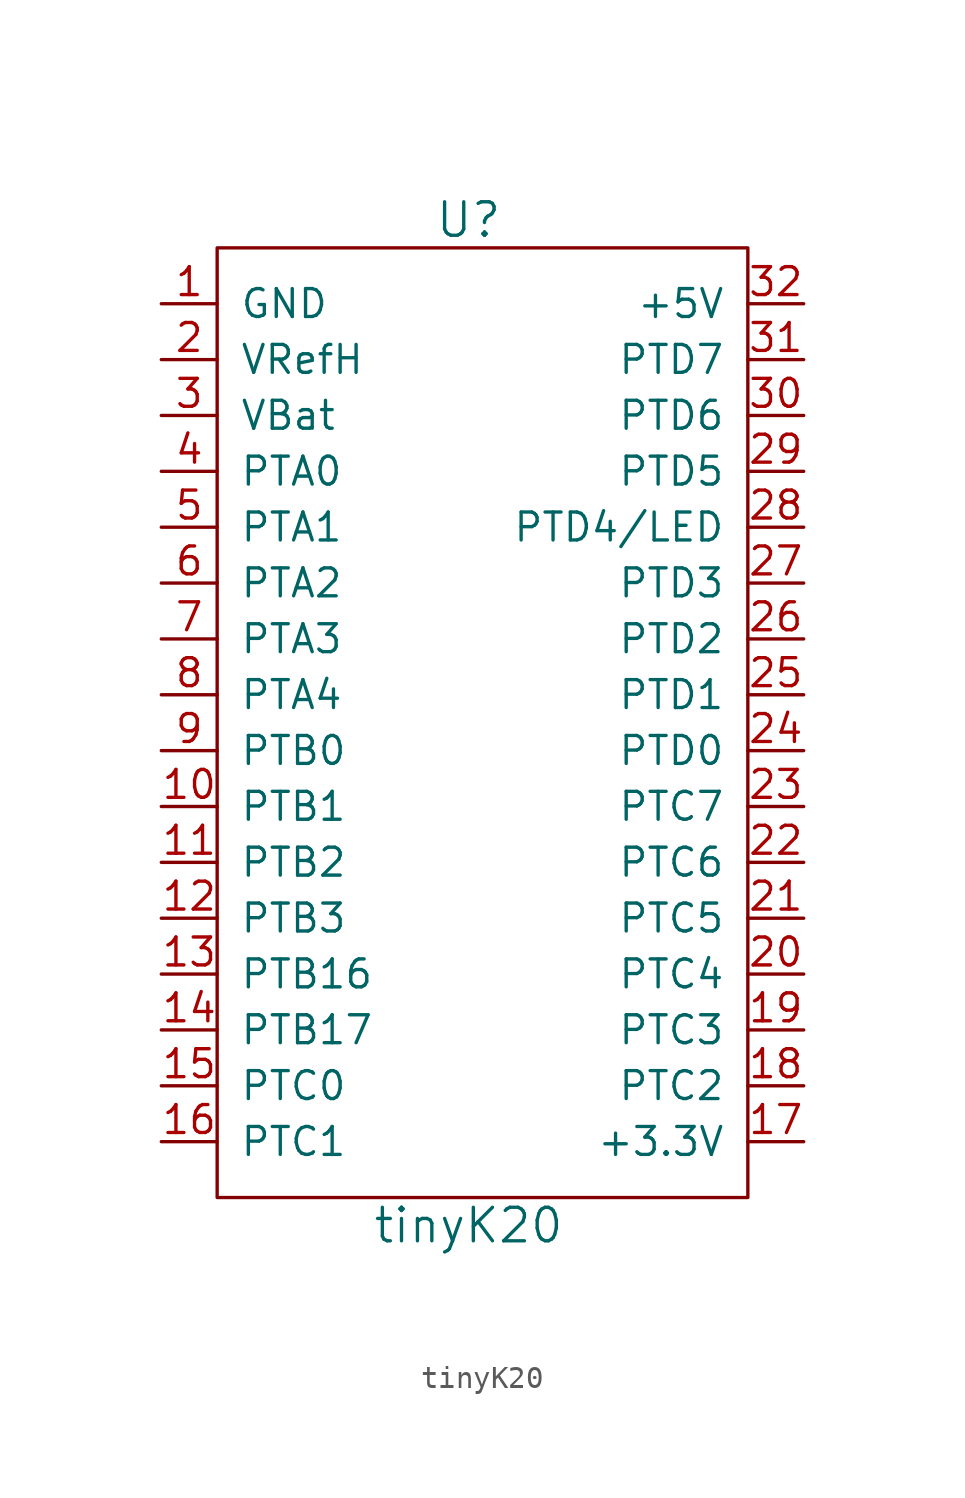
<source format=kicad_sym>
(kicad_symbol_lib
  (version 20220914)
  (generator kicad_symbol_editor)
  (symbol "tinyK20"
    (pin_names
      (offset 1.016))
    (property "Reference" "U"
      (at -7.62 13.97 0)
      (effects (font (size 1.524 1.524))))
    (property "Value" "tinyK20"
      (at -7.62 -31.75 0)
      (effects (font (size 1.524 1.524))))
    (symbol "tinyK20_0_1"
      (rectangle (start -19.05 12.7) (end 5.08 -30.48) (stroke (width 0) (type solid)) (fill (type none))))
    (symbol "tinyK20_1_1"
      (pin power_in line (at -21.59 10.16 0) (length 2.54) (name "GND" (effects (font (size 1.27 1.27)))) (number "1" (effects (font (size 1.27 1.27)))))
      (pin bidirectional line (at -21.59 -12.7 0) (length 2.54) (name "PTB1" (effects (font (size 1.27 1.27)))) (number "10" (effects (font (size 1.27 1.27)))))
      (pin bidirectional line (at -21.59 -15.24 0) (length 2.54) (name "PTB2" (effects (font (size 1.27 1.27)))) (number "11" (effects (font (size 1.27 1.27)))))
      (pin bidirectional line (at -21.59 -17.78 0) (length 2.54) (name "PTB3" (effects (font (size 1.27 1.27)))) (number "12" (effects (font (size 1.27 1.27)))))
      (pin bidirectional line (at -21.59 -20.32 0) (length 2.54) (name "PTB16" (effects (font (size 1.27 1.27)))) (number "13" (effects (font (size 1.27 1.27)))))
      (pin bidirectional line (at -21.59 -22.86 0) (length 2.54) (name "PTB17" (effects (font (size 1.27 1.27)))) (number "14" (effects (font (size 1.27 1.27)))))
      (pin bidirectional line (at -21.59 -25.4 0) (length 2.54) (name "PTC0" (effects (font (size 1.27 1.27)))) (number "15" (effects (font (size 1.27 1.27)))))
      (pin bidirectional line (at -21.59 -27.94 0) (length 2.54) (name "PTC1" (effects (font (size 1.27 1.27)))) (number "16" (effects (font (size 1.27 1.27)))))
      (pin power_in line (at 7.62 -27.94 180) (length 2.54) (name "+3.3V" (effects (font (size 1.27 1.27)))) (number "17" (effects (font (size 1.27 1.27)))))
      (pin bidirectional line (at 7.62 -25.4 180) (length 2.54) (name "PTC2" (effects (font (size 1.27 1.27)))) (number "18" (effects (font (size 1.27 1.27)))))
      (pin bidirectional line (at 7.62 -22.86 180) (length 2.54) (name "PTC3" (effects (font (size 1.27 1.27)))) (number "19" (effects (font (size 1.27 1.27)))))
      (pin power_in line (at -21.59 7.62 0) (length 2.54) (name "VRefH" (effects (font (size 1.27 1.27)))) (number "2" (effects (font (size 1.27 1.27)))))
      (pin bidirectional line (at 7.62 -20.32 180) (length 2.54) (name "PTC4" (effects (font (size 1.27 1.27)))) (number "20" (effects (font (size 1.27 1.27)))))
      (pin bidirectional line (at 7.62 -17.78 180) (length 2.54) (name "PTC5" (effects (font (size 1.27 1.27)))) (number "21" (effects (font (size 1.27 1.27)))))
      (pin bidirectional line (at 7.62 -15.24 180) (length 2.54) (name "PTC6" (effects (font (size 1.27 1.27)))) (number "22" (effects (font (size 1.27 1.27)))))
      (pin bidirectional line (at 7.62 -12.7 180) (length 2.54) (name "PTC7" (effects (font (size 1.27 1.27)))) (number "23" (effects (font (size 1.27 1.27)))))
      (pin bidirectional line (at 7.62 -10.16 180) (length 2.54) (name "PTD0" (effects (font (size 1.27 1.27)))) (number "24" (effects (font (size 1.27 1.27)))))
      (pin bidirectional line (at 7.62 -7.62 180) (length 2.54) (name "PTD1" (effects (font (size 1.27 1.27)))) (number "25" (effects (font (size 1.27 1.27)))))
      (pin bidirectional line (at 7.62 -5.08 180) (length 2.54) (name "PTD2" (effects (font (size 1.27 1.27)))) (number "26" (effects (font (size 1.27 1.27)))))
      (pin bidirectional line (at 7.62 -2.54 180) (length 2.54) (name "PTD3" (effects (font (size 1.27 1.27)))) (number "27" (effects (font (size 1.27 1.27)))))
      (pin bidirectional line (at 7.62 0 180) (length 2.54) (name "PTD4/LED" (effects (font (size 1.27 1.27)))) (number "28" (effects (font (size 1.27 1.27)))))
      (pin bidirectional line (at 7.62 2.54 180) (length 2.54) (name "PTD5" (effects (font (size 1.27 1.27)))) (number "29" (effects (font (size 1.27 1.27)))))
      (pin power_in line (at -21.59 5.08 0) (length 2.54) (name "VBat" (effects (font (size 1.27 1.27)))) (number "3" (effects (font (size 1.27 1.27)))))
      (pin bidirectional line (at 7.62 5.08 180) (length 2.54) (name "PTD6" (effects (font (size 1.27 1.27)))) (number "30" (effects (font (size 1.27 1.27)))))
      (pin bidirectional line (at 7.62 7.62 180) (length 2.54) (name "PTD7" (effects (font (size 1.27 1.27)))) (number "31" (effects (font (size 1.27 1.27)))))
      (pin power_out line (at 7.62 10.16 180) (length 2.54) (name "+5V" (effects (font (size 1.27 1.27)))) (number "32" (effects (font (size 1.27 1.27)))))
      (pin bidirectional line (at -21.59 2.54 0) (length 2.54) (name "PTA0" (effects (font (size 1.27 1.27)))) (number "4" (effects (font (size 1.27 1.27)))))
      (pin bidirectional line (at -21.59 0 0) (length 2.54) (name "PTA1" (effects (font (size 1.27 1.27)))) (number "5" (effects (font (size 1.27 1.27)))))
      (pin bidirectional line (at -21.59 -2.54 0) (length 2.54) (name "PTA2" (effects (font (size 1.27 1.27)))) (number "6" (effects (font (size 1.27 1.27)))))
      (pin bidirectional line (at -21.59 -5.08 0) (length 2.54) (name "PTA3" (effects (font (size 1.27 1.27)))) (number "7" (effects (font (size 1.27 1.27)))))
      (pin bidirectional line (at -21.59 -7.62 0) (length 2.54) (name "PTA4" (effects (font (size 1.27 1.27)))) (number "8" (effects (font (size 1.27 1.27)))))
      (pin bidirectional line (at -21.59 -10.16 0) (length 2.54) (name "PTB0" (effects (font (size 1.27 1.27)))) (number "9" (effects (font (size 1.27 1.27))))))))
</source>
